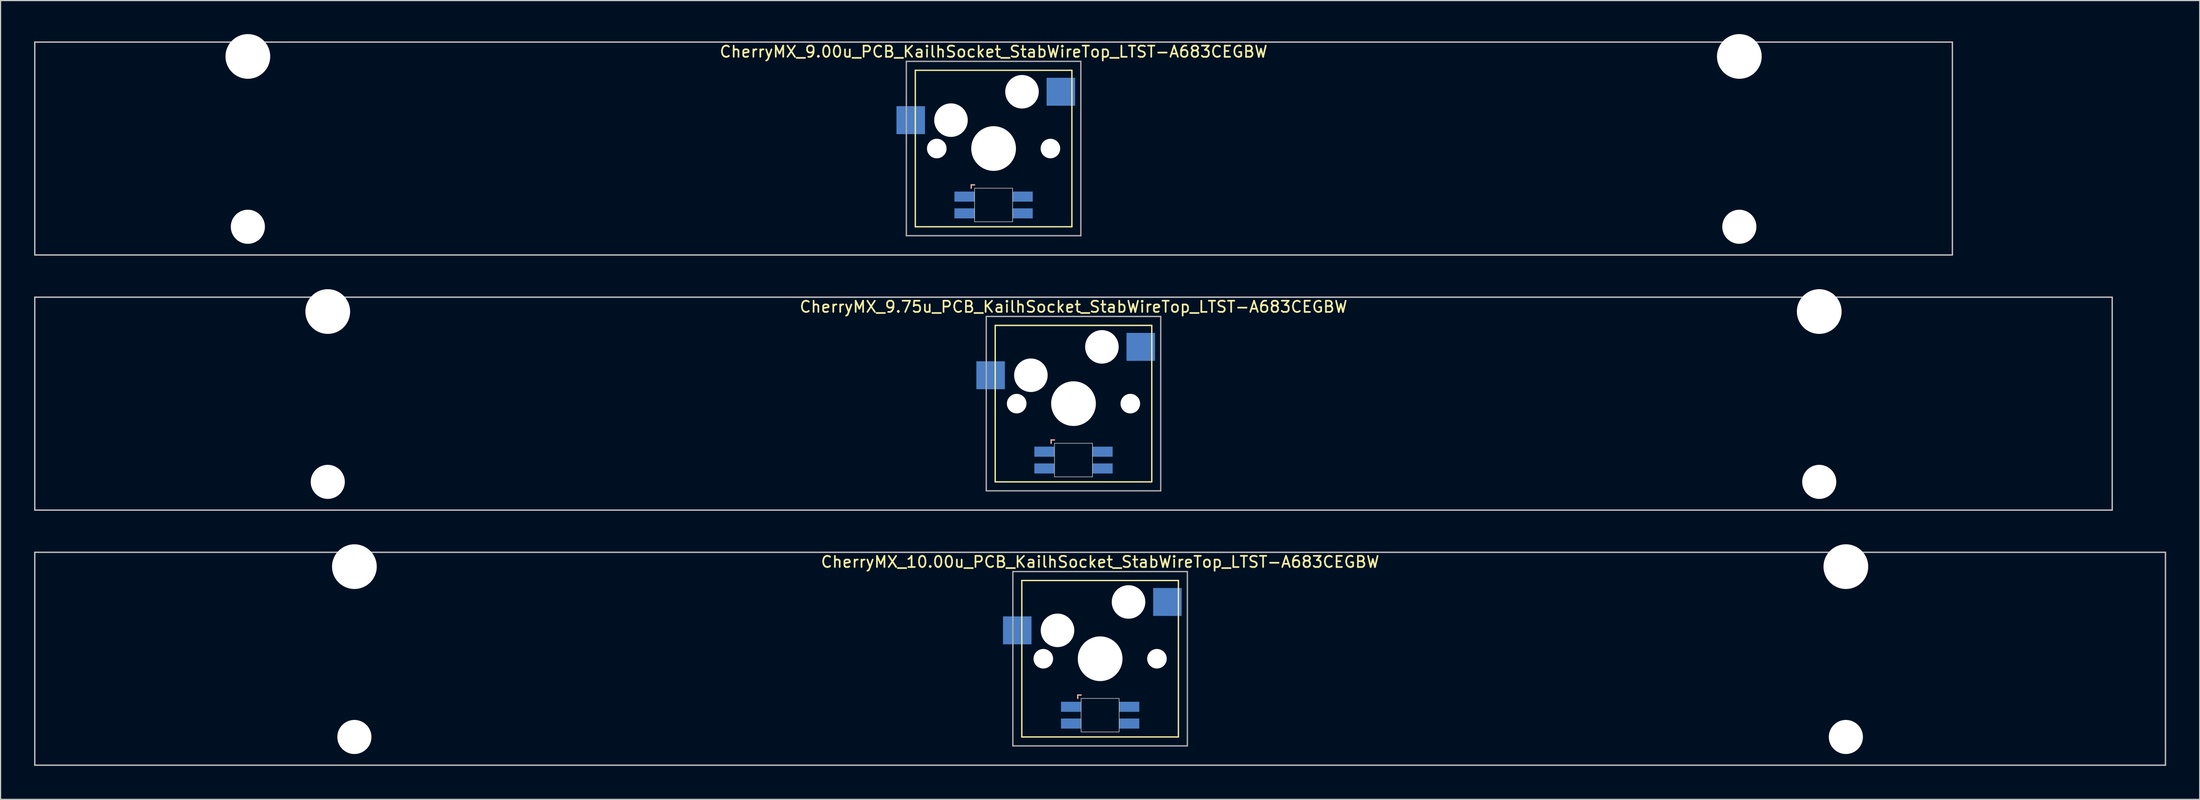
<source format=kicad_pcb>
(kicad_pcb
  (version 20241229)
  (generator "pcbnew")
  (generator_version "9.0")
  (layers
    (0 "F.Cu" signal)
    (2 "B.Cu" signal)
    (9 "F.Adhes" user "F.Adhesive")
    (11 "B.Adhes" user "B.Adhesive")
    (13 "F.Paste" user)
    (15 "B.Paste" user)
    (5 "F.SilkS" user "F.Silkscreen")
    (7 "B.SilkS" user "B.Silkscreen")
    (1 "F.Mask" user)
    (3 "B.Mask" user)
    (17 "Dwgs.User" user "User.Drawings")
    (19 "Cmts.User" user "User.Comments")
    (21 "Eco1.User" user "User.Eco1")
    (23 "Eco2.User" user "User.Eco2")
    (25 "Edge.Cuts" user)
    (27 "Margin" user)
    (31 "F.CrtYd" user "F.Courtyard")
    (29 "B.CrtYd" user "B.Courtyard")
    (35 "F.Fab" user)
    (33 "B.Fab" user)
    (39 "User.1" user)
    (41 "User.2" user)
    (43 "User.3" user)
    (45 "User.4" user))
  (footprint "CherryMX_9.00u_PCB_KailhSocket_StabWireTop_LTST-A683CEGBW"
    (layer "F.Cu")
    (at 85.785 10.24)
    (property "Reference" "CherryMX_9.00u_PCB_KailhSocket_StabWireTop_LTST-A683CEGBW" (at 0 -8.662 0) (layer "F.SilkS") (effects (font (size 1 1) (thickness 0.15))))
    (attr through_hole)
    (fp_line (start -7 -7) (end -7 7) (stroke (width 0.12) (type solid)) (layer "F.SilkS"))
    (fp_line (start -7 -7) (end 7 -7) (stroke (width 0.12) (type solid)) (layer "F.SilkS"))
    (fp_line (start 7 -7) (end 7 7) (stroke (width 0.12) (type solid)) (layer "F.SilkS"))
    (fp_line (start 7 7) (end -7 7) (stroke (width 0.12) (type solid)) (layer "F.SilkS"))
    (fp_line (start -2 3.25) (end -2 3.55) (stroke (width 0.12) (type solid)) (layer "B.SilkS"))
    (fp_line (start -1.7 3.25) (end -2 3.25) (stroke (width 0.12) (type solid)) (layer "B.SilkS"))
    (fp_line (start -85.725 -9.525) (end 85.725 -9.525) (stroke (width 0.12) (type solid)) (layer "Dwgs.User"))
    (fp_line (start -85.725 9.525) (end -85.725 -9.525) (stroke (width 0.12) (type solid)) (layer "Dwgs.User"))
    (fp_line (start 85.725 -9.525) (end 85.725 9.525) (stroke (width 0.12) (type solid)) (layer "Dwgs.User"))
    (fp_line (start 85.725 9.525) (end -85.725 9.525) (stroke (width 0.12) (type solid)) (layer "Dwgs.User"))
    (fp_line (start -1.7 3.55) (end 1.7 3.55) (stroke (width 0.05) (type solid)) (layer "Edge.Cuts"))
    (fp_line (start -1.7 6.55) (end -1.7 3.55) (stroke (width 0.05) (type solid)) (layer "Edge.Cuts"))
    (fp_line (start 1.7 3.55) (end 1.7 6.55) (stroke (width 0.05) (type solid)) (layer "Edge.Cuts"))
    (fp_line (start 1.7 6.55) (end -1.7 6.55) (stroke (width 0.05) (type solid)) (layer "Edge.Cuts"))
    (fp_line (start -7.8 -7.8) (end -7.8 7.8) (stroke (width 0.12) (type solid)) (layer "F.Fab"))
    (fp_line (start -7.8 -7.8) (end 7.8 -7.8) (stroke (width 0.12) (type solid)) (layer "F.Fab"))
    (fp_line (start -7.8 7.8) (end 7.8 7.8) (stroke (width 0.12) (type solid)) (layer "F.Fab"))
    (fp_line (start 7.8 -7.8) (end 7.8 7.8) (stroke (width 0.12) (type solid)) (layer "F.Fab"))
    (pad "" np_thru_hole circle (at -66.675 -8.24) (size 4 4) (drill 4) (layers "*.Cu" "*.Mask"))
    (pad "" np_thru_hole circle (at -66.675 7) (size 3.05 3.05) (drill 3.05) (layers "*.Cu" "*.Mask"))
    (pad "" np_thru_hole circle (at -5.08 0) (size 1.75 1.75) (drill 1.75) (layers "*.Cu" "*.Mask"))
    (pad "" np_thru_hole circle (at -3.81 -2.54) (size 3 3) (drill 3) (layers "*.Cu" "*.Mask"))
    (pad "" np_thru_hole circle (at 0 0) (size 4 4) (drill 4) (layers "*.Cu" "*.Mask"))
    (pad "" np_thru_hole circle (at 2.54 -5.08) (size 3 3) (drill 3) (layers "*.Cu" "*.Mask"))
    (pad "" np_thru_hole circle (at 5.08 0) (size 1.75 1.75) (drill 1.75) (layers "*.Cu" "*.Mask"))
    (pad "" np_thru_hole circle (at 66.675 -8.24) (size 4 4) (drill 4) (layers "*.Cu" "*.Mask"))
    (pad "" np_thru_hole circle (at 66.675 7) (size 3.05 3.05) (drill 3.05) (layers "*.Cu" "*.Mask"))
    (pad "1" smd rect (at -7.41 -2.54) (size 2.55 2.5) (layers "B.Cu" "B.Mask" "B.Paste"))
    (pad "2" smd rect (at 6.015 -5.08) (size 2.55 2.5) (layers "B.Cu" "B.Mask" "B.Paste"))
    (pad "3" smd rect (at -2.6 4.3) (size 1.8 0.9) (layers "B.Cu" "B.Mask" "B.Paste"))
    (pad "4" smd rect (at -2.6 5.8) (size 1.8 0.9) (layers "B.Cu" "B.Mask" "B.Paste"))
    (pad "5" smd rect (at 2.6 4.3) (size 1.8 0.9) (layers "B.Cu" "B.Mask" "B.Paste"))
    (pad "6" smd rect (at 2.6 5.8) (size 1.8 0.9) (layers "B.Cu" "B.Mask" "B.Paste")))
  (footprint "CherryMX_9.75u_PCB_KailhSocket_StabWireTop_LTST-A683CEGBW"
    (layer "F.Cu")
    (at 92.929 33.065)
    (property "Reference" "CherryMX_9.75u_PCB_KailhSocket_StabWireTop_LTST-A683CEGBW" (at 0 -8.662 0) (layer "F.SilkS") (effects (font (size 1 1) (thickness 0.15))))
    (attr through_hole)
    (fp_line (start -7 -7) (end -7 7) (stroke (width 0.12) (type solid)) (layer "F.SilkS"))
    (fp_line (start -7 -7) (end 7 -7) (stroke (width 0.12) (type solid)) (layer "F.SilkS"))
    (fp_line (start 7 -7) (end 7 7) (stroke (width 0.12) (type solid)) (layer "F.SilkS"))
    (fp_line (start 7 7) (end -7 7) (stroke (width 0.12) (type solid)) (layer "F.SilkS"))
    (fp_line (start -2 3.25) (end -2 3.55) (stroke (width 0.12) (type solid)) (layer "B.SilkS"))
    (fp_line (start -1.7 3.25) (end -2 3.25) (stroke (width 0.12) (type solid)) (layer "B.SilkS"))
    (fp_line (start -92.869 -9.525) (end 92.869 -9.525) (stroke (width 0.12) (type solid)) (layer "Dwgs.User"))
    (fp_line (start -92.869 9.525) (end -92.869 -9.525) (stroke (width 0.12) (type solid)) (layer "Dwgs.User"))
    (fp_line (start 92.869 -9.525) (end 92.869 9.525) (stroke (width 0.12) (type solid)) (layer "Dwgs.User"))
    (fp_line (start 92.869 9.525) (end -92.869 9.525) (stroke (width 0.12) (type solid)) (layer "Dwgs.User"))
    (fp_line (start -1.7 3.55) (end 1.7 3.55) (stroke (width 0.05) (type solid)) (layer "Edge.Cuts"))
    (fp_line (start -1.7 6.55) (end -1.7 3.55) (stroke (width 0.05) (type solid)) (layer "Edge.Cuts"))
    (fp_line (start 1.7 3.55) (end 1.7 6.55) (stroke (width 0.05) (type solid)) (layer "Edge.Cuts"))
    (fp_line (start 1.7 6.55) (end -1.7 6.55) (stroke (width 0.05) (type solid)) (layer "Edge.Cuts"))
    (fp_line (start -7.8 -7.8) (end -7.8 7.8) (stroke (width 0.12) (type solid)) (layer "F.Fab"))
    (fp_line (start -7.8 -7.8) (end 7.8 -7.8) (stroke (width 0.12) (type solid)) (layer "F.Fab"))
    (fp_line (start -7.8 7.8) (end 7.8 7.8) (stroke (width 0.12) (type solid)) (layer "F.Fab"))
    (fp_line (start 7.8 -7.8) (end 7.8 7.8) (stroke (width 0.12) (type solid)) (layer "F.Fab"))
    (pad "" np_thru_hole circle (at -66.675 -8.24) (size 4 4) (drill 4) (layers "*.Cu" "*.Mask"))
    (pad "" np_thru_hole circle (at -66.675 7) (size 3.05 3.05) (drill 3.05) (layers "*.Cu" "*.Mask"))
    (pad "" np_thru_hole circle (at -5.08 0) (size 1.75 1.75) (drill 1.75) (layers "*.Cu" "*.Mask"))
    (pad "" np_thru_hole circle (at -3.81 -2.54) (size 3 3) (drill 3) (layers "*.Cu" "*.Mask"))
    (pad "" np_thru_hole circle (at 0 0) (size 4 4) (drill 4) (layers "*.Cu" "*.Mask"))
    (pad "" np_thru_hole circle (at 2.54 -5.08) (size 3 3) (drill 3) (layers "*.Cu" "*.Mask"))
    (pad "" np_thru_hole circle (at 5.08 0) (size 1.75 1.75) (drill 1.75) (layers "*.Cu" "*.Mask"))
    (pad "" np_thru_hole circle (at 66.675 -8.24) (size 4 4) (drill 4) (layers "*.Cu" "*.Mask"))
    (pad "" np_thru_hole circle (at 66.675 7) (size 3.05 3.05) (drill 3.05) (layers "*.Cu" "*.Mask"))
    (pad "1" smd rect (at -7.41 -2.54) (size 2.55 2.5) (layers "B.Cu" "B.Mask" "B.Paste"))
    (pad "2" smd rect (at 6.015 -5.08) (size 2.55 2.5) (layers "B.Cu" "B.Mask" "B.Paste"))
    (pad "3" smd rect (at -2.6 4.3) (size 1.8 0.9) (layers "B.Cu" "B.Mask" "B.Paste"))
    (pad "4" smd rect (at -2.6 5.8) (size 1.8 0.9) (layers "B.Cu" "B.Mask" "B.Paste"))
    (pad "5" smd rect (at 2.6 4.3) (size 1.8 0.9) (layers "B.Cu" "B.Mask" "B.Paste"))
    (pad "6" smd rect (at 2.6 5.8) (size 1.8 0.9) (layers "B.Cu" "B.Mask" "B.Paste")))
  (footprint "CherryMX_10.00u_PCB_KailhSocket_StabWireTop_LTST-A683CEGBW"
    (layer "F.Cu")
    (at 95.31 55.89)
    (property "Reference" "CherryMX_10.00u_PCB_KailhSocket_StabWireTop_LTST-A683CEGBW" (at 0 -8.662 0) (layer "F.SilkS") (effects (font (size 1 1) (thickness 0.15))))
    (attr through_hole)
    (fp_line (start -7 -7) (end -7 7) (stroke (width 0.12) (type solid)) (layer "F.SilkS"))
    (fp_line (start -7 -7) (end 7 -7) (stroke (width 0.12) (type solid)) (layer "F.SilkS"))
    (fp_line (start 7 -7) (end 7 7) (stroke (width 0.12) (type solid)) (layer "F.SilkS"))
    (fp_line (start 7 7) (end -7 7) (stroke (width 0.12) (type solid)) (layer "F.SilkS"))
    (fp_line (start -2 3.25) (end -2 3.55) (stroke (width 0.12) (type solid)) (layer "B.SilkS"))
    (fp_line (start -1.7 3.25) (end -2 3.25) (stroke (width 0.12) (type solid)) (layer "B.SilkS"))
    (fp_line (start -95.25 -9.525) (end 95.25 -9.525) (stroke (width 0.12) (type solid)) (layer "Dwgs.User"))
    (fp_line (start -95.25 9.525) (end -95.25 -9.525) (stroke (width 0.12) (type solid)) (layer "Dwgs.User"))
    (fp_line (start 95.25 -9.525) (end 95.25 9.525) (stroke (width 0.12) (type solid)) (layer "Dwgs.User"))
    (fp_line (start 95.25 9.525) (end -95.25 9.525) (stroke (width 0.12) (type solid)) (layer "Dwgs.User"))
    (fp_line (start -1.7 3.55) (end 1.7 3.55) (stroke (width 0.05) (type solid)) (layer "Edge.Cuts"))
    (fp_line (start -1.7 6.55) (end -1.7 3.55) (stroke (width 0.05) (type solid)) (layer "Edge.Cuts"))
    (fp_line (start 1.7 3.55) (end 1.7 6.55) (stroke (width 0.05) (type solid)) (layer "Edge.Cuts"))
    (fp_line (start 1.7 6.55) (end -1.7 6.55) (stroke (width 0.05) (type solid)) (layer "Edge.Cuts"))
    (fp_line (start -7.8 -7.8) (end -7.8 7.8) (stroke (width 0.12) (type solid)) (layer "F.Fab"))
    (fp_line (start -7.8 -7.8) (end 7.8 -7.8) (stroke (width 0.12) (type solid)) (layer "F.Fab"))
    (fp_line (start -7.8 7.8) (end 7.8 7.8) (stroke (width 0.12) (type solid)) (layer "F.Fab"))
    (fp_line (start 7.8 -7.8) (end 7.8 7.8) (stroke (width 0.12) (type solid)) (layer "F.Fab"))
    (pad "" np_thru_hole circle (at -66.675 -8.24) (size 4 4) (drill 4) (layers "*.Cu" "*.Mask"))
    (pad "" np_thru_hole circle (at -66.675 7) (size 3.05 3.05) (drill 3.05) (layers "*.Cu" "*.Mask"))
    (pad "" np_thru_hole circle (at -5.08 0) (size 1.75 1.75) (drill 1.75) (layers "*.Cu" "*.Mask"))
    (pad "" np_thru_hole circle (at -3.81 -2.54) (size 3 3) (drill 3) (layers "*.Cu" "*.Mask"))
    (pad "" np_thru_hole circle (at 0 0) (size 4 4) (drill 4) (layers "*.Cu" "*.Mask"))
    (pad "" np_thru_hole circle (at 2.54 -5.08) (size 3 3) (drill 3) (layers "*.Cu" "*.Mask"))
    (pad "" np_thru_hole circle (at 5.08 0) (size 1.75 1.75) (drill 1.75) (layers "*.Cu" "*.Mask"))
    (pad "" np_thru_hole circle (at 66.675 -8.24) (size 4 4) (drill 4) (layers "*.Cu" "*.Mask"))
    (pad "" np_thru_hole circle (at 66.675 7) (size 3.05 3.05) (drill 3.05) (layers "*.Cu" "*.Mask"))
    (pad "1" smd rect (at -7.41 -2.54) (size 2.55 2.5) (layers "B.Cu" "B.Mask" "B.Paste"))
    (pad "2" smd rect (at 6.015 -5.08) (size 2.55 2.5) (layers "B.Cu" "B.Mask" "B.Paste"))
    (pad "3" smd rect (at -2.6 4.3) (size 1.8 0.9) (layers "B.Cu" "B.Mask" "B.Paste"))
    (pad "4" smd rect (at -2.6 5.8) (size 1.8 0.9) (layers "B.Cu" "B.Mask" "B.Paste"))
    (pad "5" smd rect (at 2.6 4.3) (size 1.8 0.9) (layers "B.Cu" "B.Mask" "B.Paste"))
    (pad "6" smd rect (at 2.6 5.8) (size 1.8 0.9) (layers "B.Cu" "B.Mask" "B.Paste")))
  (gr_rect
    (start -3 -3)
    (end 193.62 68.475)
    (stroke (width 0.1) (type default))
    (fill no)
    (layer "Edge.Cuts")))
</source>
